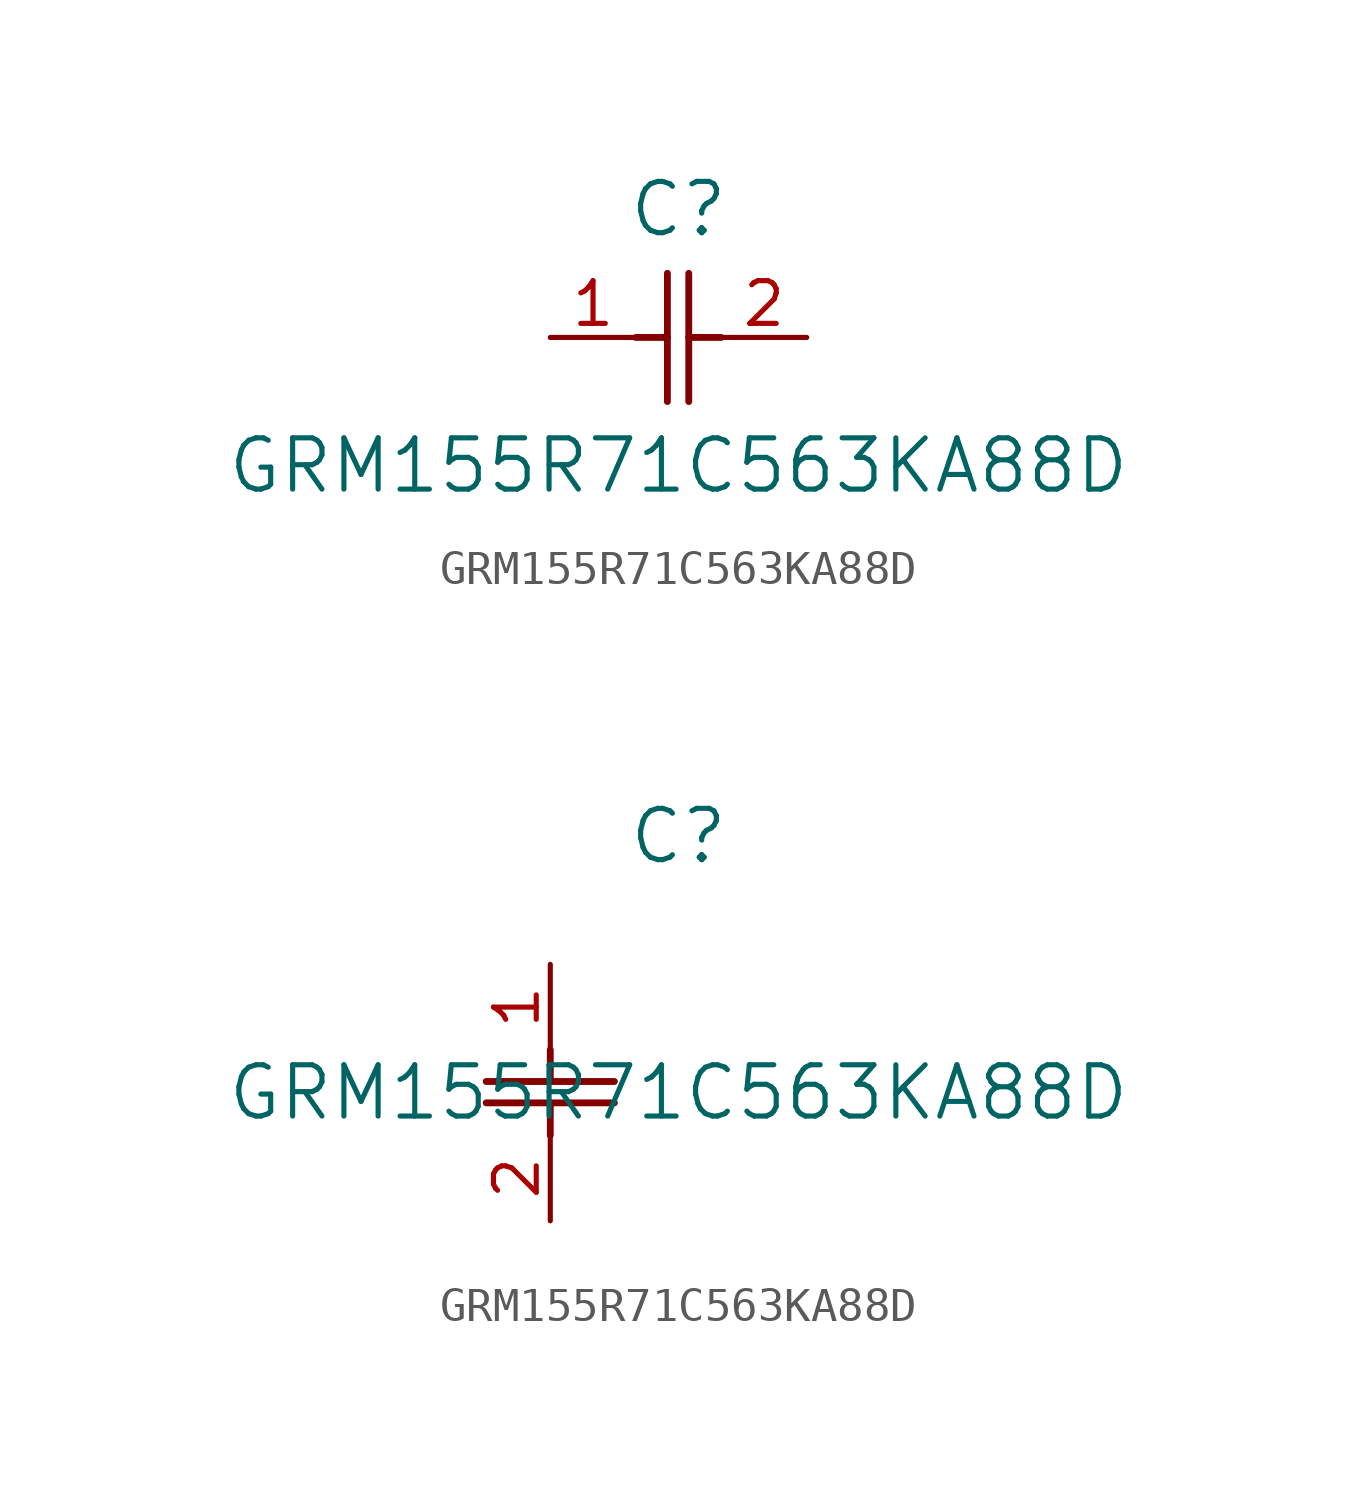
<source format=kicad_sym>
(kicad_symbol_lib
  (version 20211014)
  (generator kicad_symbol_editor)
  (symbol "GRM155R71C563KA88D"
    (pin_names
      (offset 0.254))
    (property "Reference" "C"
      (at 3.81 3.81 0)
      (effects (font (size 1.524 1.524))))
    (property "Value" "GRM155R71C563KA88D"
      (at 3.81 -3.81 0)
      (effects (font (size 1.524 1.524))))
    (symbol "GRM155R71C563KA88D_1_1"
      (polyline (pts (xy 3.48 -1.905) (xy 3.48 1.905)) (stroke (width 0.203) (type default) (color 0 0 0 0)) (fill (type none)))
      (polyline (pts (xy 4.115 -1.905) (xy 4.115 1.905)) (stroke (width 0.203) (type default) (color 0 0 0 0)) (fill (type none)))
      (polyline (pts (xy 4.115 0) (xy 5.08 0)) (stroke (width 0.203) (type default) (color 0 0 0 0)) (fill (type none)))
      (polyline (pts (xy 2.54 0) (xy 3.48 0)) (stroke (width 0.203) (type default) (color 0 0 0 0)) (fill (type none)))
      (pin unspecified line (at 0 0 0) (length 2.54) (name "" (effects (font (size 1.27 1.27)))) (number "1" (effects (font (size 1.27 1.27)))))
      (pin unspecified line (at 7.62 0 180) (length 2.54) (name "" (effects (font (size 1.27 1.27)))) (number "2" (effects (font (size 1.27 1.27))))))
    (symbol "GRM155R71C563KA88D_1_2"
      (polyline (pts (xy -1.905 -3.48) (xy 1.905 -3.48)) (stroke (width 0.203) (type default) (color 0 0 0 0)) (fill (type none)))
      (polyline (pts (xy -1.905 -4.115) (xy 1.905 -4.115)) (stroke (width 0.203) (type default) (color 0 0 0 0)) (fill (type none)))
      (polyline (pts (xy 0 -4.115) (xy 0 -5.08)) (stroke (width 0.203) (type default) (color 0 0 0 0)) (fill (type none)))
      (polyline (pts (xy 0 -2.54) (xy 0 -3.48)) (stroke (width 0.203) (type default) (color 0 0 0 0)) (fill (type none)))
      (pin unspecified line (at 0 0 270) (length 2.54) (name "" (effects (font (size 1.27 1.27)))) (number "1" (effects (font (size 1.27 1.27)))))
      (pin unspecified line (at 0 -7.62 90) (length 2.54) (name "" (effects (font (size 1.27 1.27)))) (number "2" (effects (font (size 1.27 1.27))))))))
</source>
